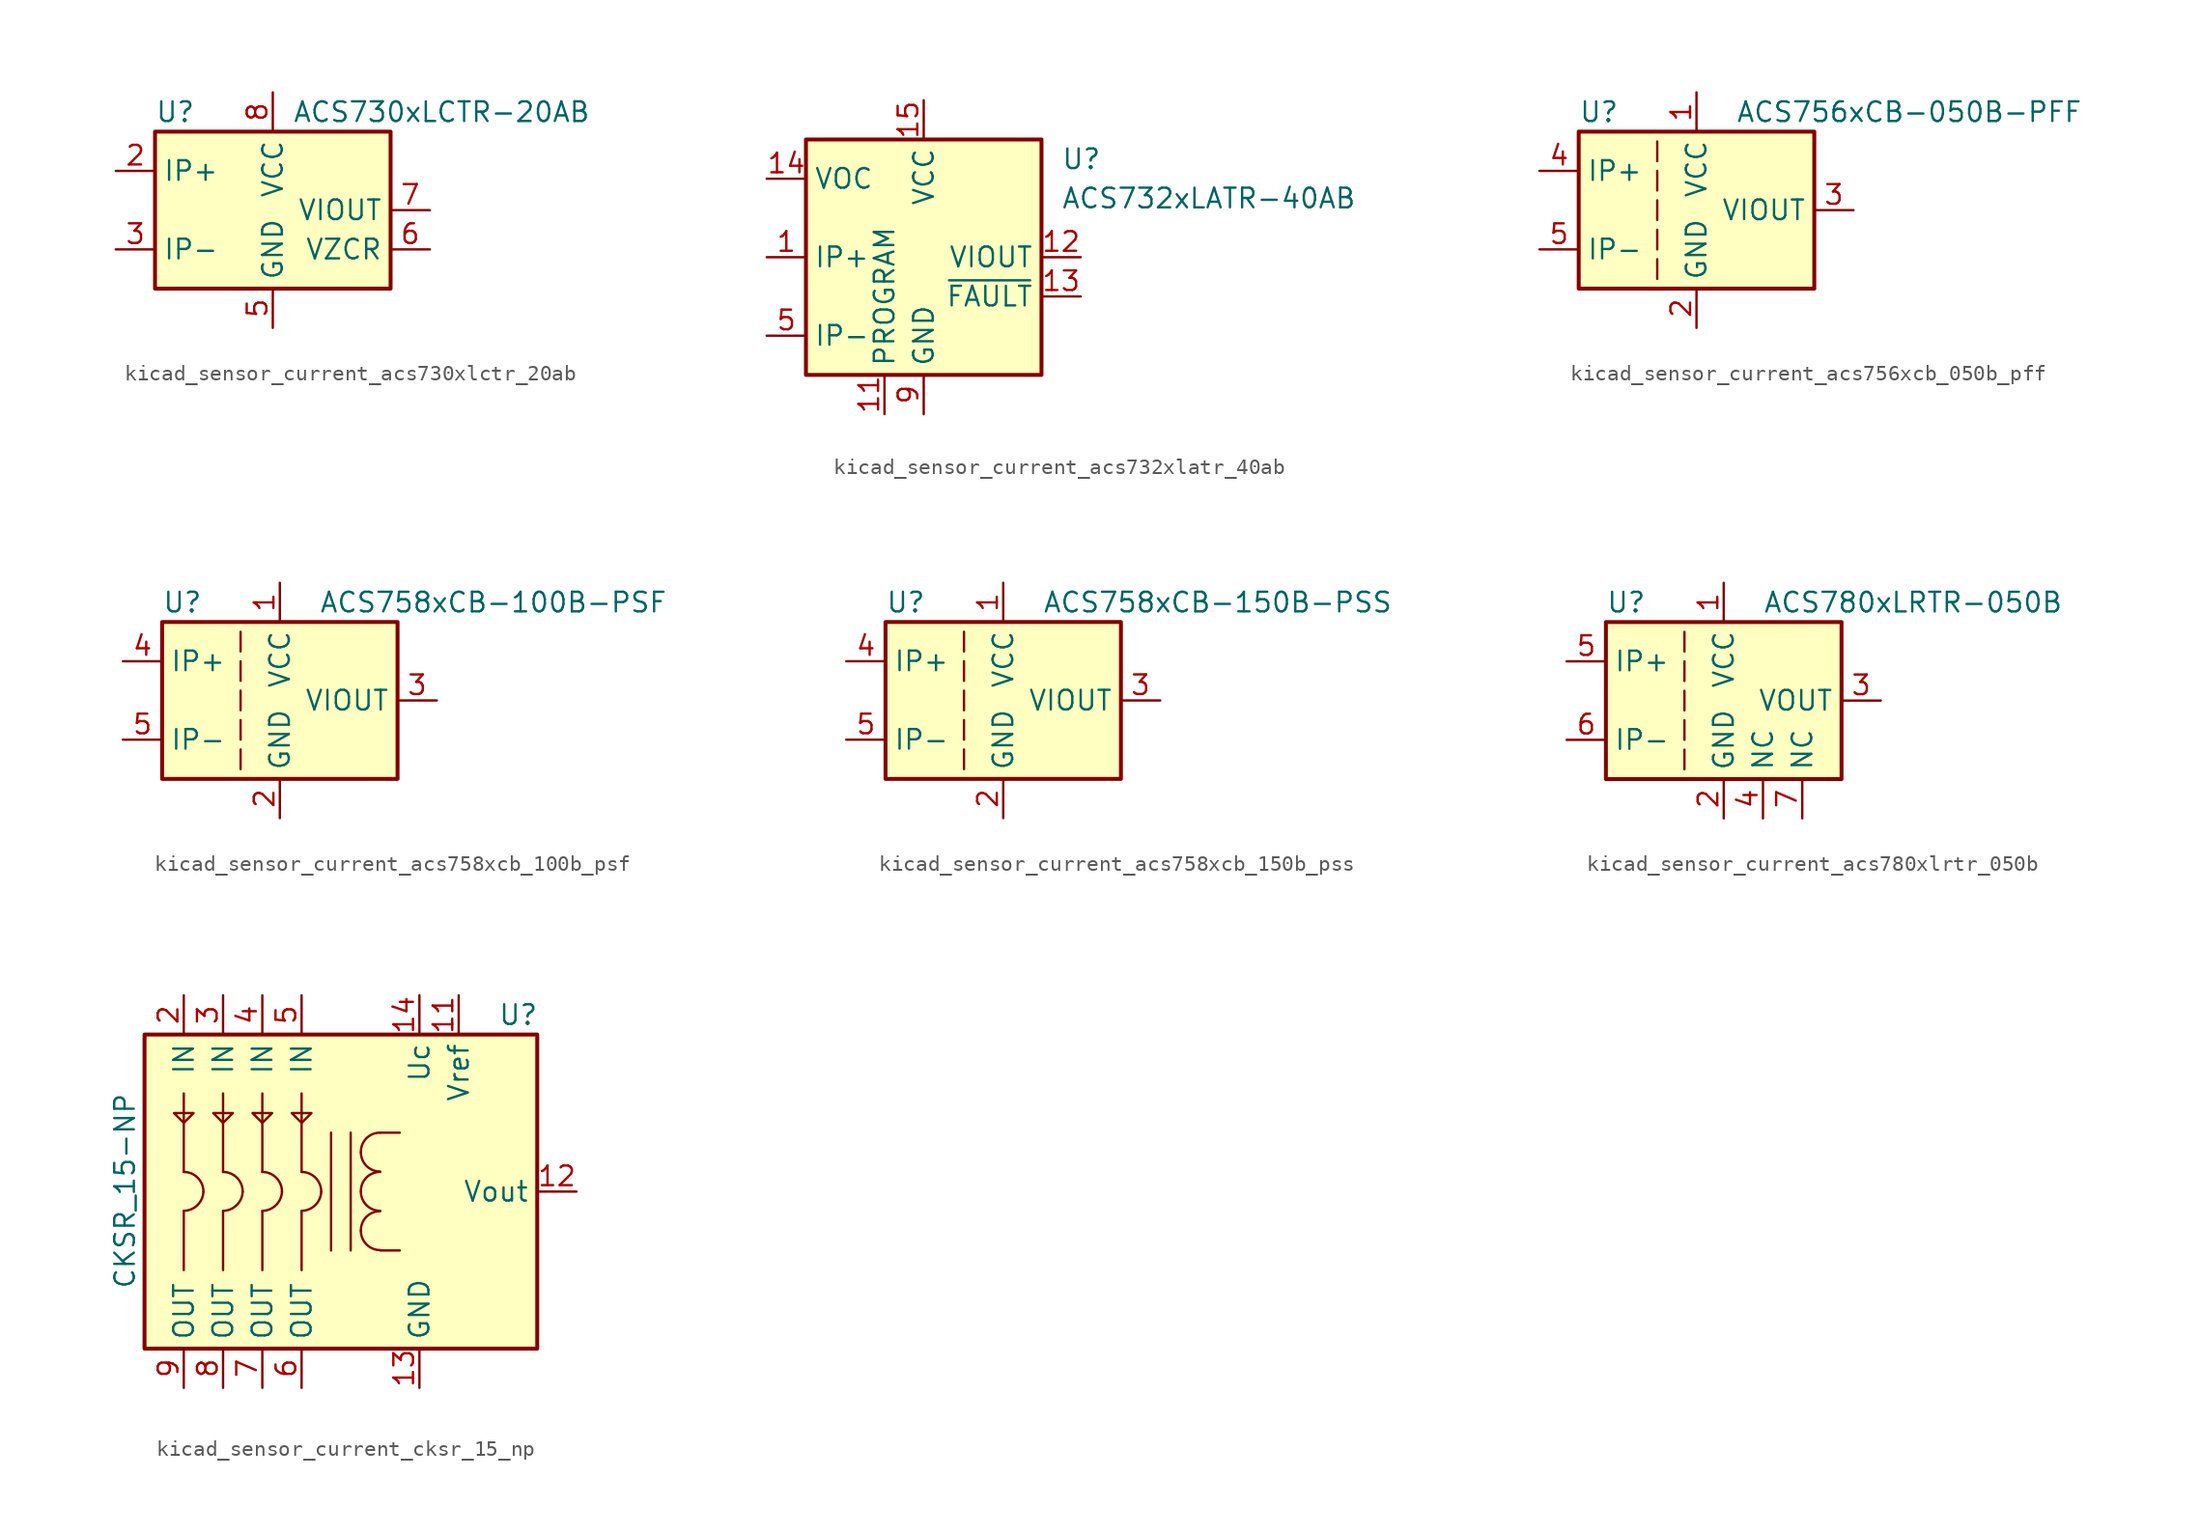
<source format=kicad_sym>
(kicad_symbol_lib
  (version 20220914)
  (generator kicad_symbol_editor)
  (symbol "kicad_sensor_current_acs730xlctr_20ab"
    (property "Reference" "U"
      (at -7.62 6.35 0)
      (effects (font (size 1.27 1.27)) (justify left)))
    (property "Value" "ACS730xLCTR-20AB"
      (at 1.27 6.35 0)
      (effects (font (size 1.27 1.27)) (justify left)))
    (symbol "kicad_sensor_current_acs730xlctr_20ab_0_1"
      (rectangle (start -7.62 5.08) (end 7.62 -5.08) (stroke (width 0.254) (type default)) (fill (type background))))
    (symbol "kicad_sensor_current_acs730xlctr_20ab_1_1"
      (pin passive line (at -10.16 2.54 0) (length 2.54) hide (name "IP+" (effects (font (size 1.27 1.27)))) (number "1" (effects (font (size 1.27 1.27)))))
      (pin passive line (at -10.16 2.54 0) (length 2.54) (name "IP+" (effects (font (size 1.27 1.27)))) (number "2" (effects (font (size 1.27 1.27)))))
      (pin passive line (at -10.16 -2.54 0) (length 2.54) (name "IP-" (effects (font (size 1.27 1.27)))) (number "3" (effects (font (size 1.27 1.27)))))
      (pin passive line (at -10.16 -2.54 0) (length 2.54) hide (name "IP-" (effects (font (size 1.27 1.27)))) (number "4" (effects (font (size 1.27 1.27)))))
      (pin power_in line (at 0 -7.62 90) (length 2.54) (name "GND" (effects (font (size 1.27 1.27)))) (number "5" (effects (font (size 1.27 1.27)))))
      (pin passive line (at 10.16 -2.54 180) (length 2.54) (name "VZCR" (effects (font (size 1.27 1.27)))) (number "6" (effects (font (size 1.27 1.27)))))
      (pin output line (at 10.16 0 180) (length 2.54) (name "VIOUT" (effects (font (size 1.27 1.27)))) (number "7" (effects (font (size 1.27 1.27)))))
      (pin power_in line (at 0 7.62 270) (length 2.54) (name "VCC" (effects (font (size 1.27 1.27)))) (number "8" (effects (font (size 1.27 1.27)))))))
  (symbol "kicad_sensor_current_acs732xlatr_40ab"
    (property "Reference" "U"
      (at 8.89 6.35 0)
      (effects (font (size 1.27 1.27)) (justify left)))
    (property "Value" "ACS732xLATR-40AB"
      (at 8.89 3.81 0)
      (effects (font (size 1.27 1.27)) (justify left)))
    (symbol "kicad_sensor_current_acs732xlatr_40ab_0_1"
      (rectangle (start -7.62 7.62) (end 7.62 -7.62) (stroke (width 0.254) (type default)) (fill (type background))))
    (symbol "kicad_sensor_current_acs732xlatr_40ab_1_1"
      (pin passive line (at -10.16 0 0) (length 2.54) (name "IP+" (effects (font (size 1.27 1.27)))) (number "1" (effects (font (size 1.27 1.27)))))
      (pin passive line (at 0 -10.16 90) (length 2.54) hide (name "GND" (effects (font (size 1.27 1.27)))) (number "10" (effects (font (size 1.27 1.27)))))
      (pin passive line (at -2.54 -10.16 90) (length 2.54) (name "PROGRAM" (effects (font (size 1.27 1.27)))) (number "11" (effects (font (size 1.27 1.27)))))
      (pin output line (at 10.16 0 180) (length 2.54) (name "VIOUT" (effects (font (size 1.27 1.27)))) (number "12" (effects (font (size 1.27 1.27)))))
      (pin output line (at 10.16 -2.54 180) (length 2.54) (name "~{FAULT}" (effects (font (size 1.27 1.27)))) (number "13" (effects (font (size 1.27 1.27)))))
      (pin input line (at -10.16 5.08 0) (length 2.54) (name "VOC" (effects (font (size 1.27 1.27)))) (number "14" (effects (font (size 1.27 1.27)))))
      (pin power_in line (at 0 10.16 270) (length 2.54) (name "VCC" (effects (font (size 1.27 1.27)))) (number "15" (effects (font (size 1.27 1.27)))))
      (pin passive line (at 0 10.16 270) (length 2.54) hide (name "VCC" (effects (font (size 1.27 1.27)))) (number "16" (effects (font (size 1.27 1.27)))))
      (pin passive line (at -10.16 0 0) (length 2.54) hide (name "IP+" (effects (font (size 1.27 1.27)))) (number "2" (effects (font (size 1.27 1.27)))))
      (pin passive line (at -10.16 0 0) (length 2.54) hide (name "IP+" (effects (font (size 1.27 1.27)))) (number "3" (effects (font (size 1.27 1.27)))))
      (pin passive line (at -10.16 0 0) (length 2.54) hide (name "IP+" (effects (font (size 1.27 1.27)))) (number "4" (effects (font (size 1.27 1.27)))))
      (pin passive line (at -10.16 -5.08 0) (length 2.54) (name "IP-" (effects (font (size 1.27 1.27)))) (number "5" (effects (font (size 1.27 1.27)))))
      (pin passive line (at -10.16 -5.08 0) (length 2.54) hide (name "IP-" (effects (font (size 1.27 1.27)))) (number "6" (effects (font (size 1.27 1.27)))))
      (pin passive line (at -10.16 -5.08 0) (length 2.54) hide (name "IP-" (effects (font (size 1.27 1.27)))) (number "7" (effects (font (size 1.27 1.27)))))
      (pin passive line (at -10.16 -5.08 0) (length 2.54) hide (name "IP-" (effects (font (size 1.27 1.27)))) (number "8" (effects (font (size 1.27 1.27)))))
      (pin power_in line (at 0 -10.16 90) (length 2.54) (name "GND" (effects (font (size 1.27 1.27)))) (number "9" (effects (font (size 1.27 1.27)))))))
  (symbol "kicad_sensor_current_acs756xcb_050b_pff"
    (property "Reference" "U"
      (at -7.62 6.35 0)
      (effects (font (size 1.27 1.27)) (justify left)))
    (property "Value" "ACS756xCB-050B-PFF"
      (at 2.54 6.35 0)
      (effects (font (size 1.27 1.27)) (justify left)))
    (symbol "kicad_sensor_current_acs756xcb_050b_pff_0_1"
      (rectangle (start -7.62 5.08) (end 7.62 -5.08) (stroke (width 0.254) (type default)) (fill (type background)))
      (polyline (pts (xy -2.54 -3.175) (xy -2.54 -4.445)) (stroke (width 0) (type default)) (fill (type none)))
      (polyline (pts (xy -2.54 -1.27) (xy -2.54 -2.54)) (stroke (width 0) (type default)) (fill (type none)))
      (polyline (pts (xy -2.54 0.635) (xy -2.54 -0.635)) (stroke (width 0) (type default)) (fill (type none)))
      (polyline (pts (xy -2.54 1.27) (xy -2.54 2.54)) (stroke (width 0) (type default)) (fill (type none)))
      (polyline (pts (xy -2.54 3.175) (xy -2.54 4.445)) (stroke (width 0) (type default)) (fill (type none))))
    (symbol "kicad_sensor_current_acs756xcb_050b_pff_1_1"
      (pin power_in line (at 0 7.62 270) (length 2.54) (name "VCC" (effects (font (size 1.27 1.27)))) (number "1" (effects (font (size 1.27 1.27)))))
      (pin power_in line (at 0 -7.62 90) (length 2.54) (name "GND" (effects (font (size 1.27 1.27)))) (number "2" (effects (font (size 1.27 1.27)))))
      (pin output line (at 10.16 0 180) (length 2.54) (name "VIOUT" (effects (font (size 1.27 1.27)))) (number "3" (effects (font (size 1.27 1.27)))))
      (pin passive line (at -10.16 2.54 0) (length 2.54) (name "IP+" (effects (font (size 1.27 1.27)))) (number "4" (effects (font (size 1.27 1.27)))))
      (pin passive line (at -10.16 -2.54 0) (length 2.54) (name "IP-" (effects (font (size 1.27 1.27)))) (number "5" (effects (font (size 1.27 1.27)))))))
  (symbol "kicad_sensor_current_acs758xcb_100b_psf"
    (property "Reference" "U"
      (at -7.62 6.35 0)
      (effects (font (size 1.27 1.27)) (justify left)))
    (property "Value" "ACS758xCB-100B-PSF"
      (at 2.54 6.35 0)
      (effects (font (size 1.27 1.27)) (justify left)))
    (symbol "kicad_sensor_current_acs758xcb_100b_psf_0_1"
      (rectangle (start -7.62 5.08) (end 7.62 -5.08) (stroke (width 0.254) (type default)) (fill (type background)))
      (polyline (pts (xy -2.54 -3.175) (xy -2.54 -4.445)) (stroke (width 0) (type default)) (fill (type none)))
      (polyline (pts (xy -2.54 -1.27) (xy -2.54 -2.54)) (stroke (width 0) (type default)) (fill (type none)))
      (polyline (pts (xy -2.54 0.635) (xy -2.54 -0.635)) (stroke (width 0) (type default)) (fill (type none)))
      (polyline (pts (xy -2.54 1.27) (xy -2.54 2.54)) (stroke (width 0) (type default)) (fill (type none)))
      (polyline (pts (xy -2.54 3.175) (xy -2.54 4.445)) (stroke (width 0) (type default)) (fill (type none))))
    (symbol "kicad_sensor_current_acs758xcb_100b_psf_1_1"
      (pin power_in line (at 0 7.62 270) (length 2.54) (name "VCC" (effects (font (size 1.27 1.27)))) (number "1" (effects (font (size 1.27 1.27)))))
      (pin power_in line (at 0 -7.62 90) (length 2.54) (name "GND" (effects (font (size 1.27 1.27)))) (number "2" (effects (font (size 1.27 1.27)))))
      (pin output line (at 10.16 0 180) (length 2.54) (name "VIOUT" (effects (font (size 1.27 1.27)))) (number "3" (effects (font (size 1.27 1.27)))))
      (pin passive line (at -10.16 2.54 0) (length 2.54) (name "IP+" (effects (font (size 1.27 1.27)))) (number "4" (effects (font (size 1.27 1.27)))))
      (pin passive line (at -10.16 -2.54 0) (length 2.54) (name "IP-" (effects (font (size 1.27 1.27)))) (number "5" (effects (font (size 1.27 1.27)))))))
  (symbol "kicad_sensor_current_acs758xcb_150b_pss"
    (property "Reference" "U"
      (at -7.62 6.35 0)
      (effects (font (size 1.27 1.27)) (justify left)))
    (property "Value" "ACS758xCB-150B-PSS"
      (at 2.54 6.35 0)
      (effects (font (size 1.27 1.27)) (justify left)))
    (symbol "kicad_sensor_current_acs758xcb_150b_pss_0_1"
      (rectangle (start -7.62 5.08) (end 7.62 -5.08) (stroke (width 0.254) (type default)) (fill (type background)))
      (polyline (pts (xy -2.54 -3.175) (xy -2.54 -4.445)) (stroke (width 0) (type default)) (fill (type none)))
      (polyline (pts (xy -2.54 -1.27) (xy -2.54 -2.54)) (stroke (width 0) (type default)) (fill (type none)))
      (polyline (pts (xy -2.54 0.635) (xy -2.54 -0.635)) (stroke (width 0) (type default)) (fill (type none)))
      (polyline (pts (xy -2.54 1.27) (xy -2.54 2.54)) (stroke (width 0) (type default)) (fill (type none)))
      (polyline (pts (xy -2.54 3.175) (xy -2.54 4.445)) (stroke (width 0) (type default)) (fill (type none))))
    (symbol "kicad_sensor_current_acs758xcb_150b_pss_1_1"
      (pin power_in line (at 0 7.62 270) (length 2.54) (name "VCC" (effects (font (size 1.27 1.27)))) (number "1" (effects (font (size 1.27 1.27)))))
      (pin power_in line (at 0 -7.62 90) (length 2.54) (name "GND" (effects (font (size 1.27 1.27)))) (number "2" (effects (font (size 1.27 1.27)))))
      (pin output line (at 10.16 0 180) (length 2.54) (name "VIOUT" (effects (font (size 1.27 1.27)))) (number "3" (effects (font (size 1.27 1.27)))))
      (pin passive line (at -10.16 2.54 0) (length 2.54) (name "IP+" (effects (font (size 1.27 1.27)))) (number "4" (effects (font (size 1.27 1.27)))))
      (pin passive line (at -10.16 -2.54 0) (length 2.54) (name "IP-" (effects (font (size 1.27 1.27)))) (number "5" (effects (font (size 1.27 1.27)))))))
  (symbol "kicad_sensor_current_acs780xlrtr_050b"
    (property "Reference" "U"
      (at -7.62 6.35 0)
      (effects (font (size 1.27 1.27)) (justify left)))
    (property "Value" "ACS780xLRTR-050B"
      (at 2.54 6.35 0)
      (effects (font (size 1.27 1.27)) (justify left)))
    (symbol "kicad_sensor_current_acs780xlrtr_050b_0_1"
      (rectangle (start -7.62 5.08) (end 7.62 -5.08) (stroke (width 0.254) (type default)) (fill (type background)))
      (polyline (pts (xy -2.54 -3.175) (xy -2.54 -4.445)) (stroke (width 0) (type default)) (fill (type none)))
      (polyline (pts (xy -2.54 -1.27) (xy -2.54 -2.54)) (stroke (width 0) (type default)) (fill (type none)))
      (polyline (pts (xy -2.54 0.635) (xy -2.54 -0.635)) (stroke (width 0) (type default)) (fill (type none)))
      (polyline (pts (xy -2.54 1.27) (xy -2.54 2.54)) (stroke (width 0) (type default)) (fill (type none)))
      (polyline (pts (xy -2.54 3.175) (xy -2.54 4.445)) (stroke (width 0) (type default)) (fill (type none))))
    (symbol "kicad_sensor_current_acs780xlrtr_050b_1_1"
      (pin power_in line (at 0 7.62 270) (length 2.54) (name "VCC" (effects (font (size 1.27 1.27)))) (number "1" (effects (font (size 1.27 1.27)))))
      (pin power_in line (at 0 -7.62 90) (length 2.54) (name "GND" (effects (font (size 1.27 1.27)))) (number "2" (effects (font (size 1.27 1.27)))))
      (pin output line (at 10.16 0 180) (length 2.54) (name "VOUT" (effects (font (size 1.27 1.27)))) (number "3" (effects (font (size 1.27 1.27)))))
      (pin passive line (at 2.54 -7.62 90) (length 2.54) (name "NC" (effects (font (size 1.27 1.27)))) (number "4" (effects (font (size 1.27 1.27)))))
      (pin passive line (at -10.16 2.54 0) (length 2.54) (name "IP+" (effects (font (size 1.27 1.27)))) (number "5" (effects (font (size 1.27 1.27)))))
      (pin passive line (at -10.16 -2.54 0) (length 2.54) (name "IP-" (effects (font (size 1.27 1.27)))) (number "6" (effects (font (size 1.27 1.27)))))
      (pin passive line (at 5.08 -7.62 90) (length 2.54) (name "NC" (effects (font (size 1.27 1.27)))) (number "7" (effects (font (size 1.27 1.27)))))))
  (symbol "kicad_sensor_current_cksr_15_np"
    (property "Reference" "U"
      (at 10.16 11.43 0)
      (effects (font (size 1.27 1.27)) (justify left)))
    (property "Value" "CKSR_15-NP"
      (at -13.97 -6.35 90)
      (effects (font (size 1.27 1.27)) (justify left)))
    (symbol "kicad_sensor_current_cksr_15_np_0_1"
      (rectangle (start -12.7 10.16) (end 12.7 -10.16) (stroke (width 0.254) (type default)) (fill (type background)))
      (polyline (pts (xy -10.16 -1.27) (xy -10.16 -5.08)) (stroke (width 0) (type default)) (fill (type none)))
      (polyline (pts (xy -10.16 1.27) (xy -10.16 6.35)) (stroke (width 0) (type default)) (fill (type none)))
      (polyline (pts (xy -7.62 -1.27) (xy -7.62 -5.08)) (stroke (width 0) (type default)) (fill (type none)))
      (polyline (pts (xy -7.62 1.27) (xy -7.62 6.35)) (stroke (width 0) (type default)) (fill (type none)))
      (polyline (pts (xy -5.08 -1.27) (xy -5.08 -5.08)) (stroke (width 0) (type default)) (fill (type none)))
      (polyline (pts (xy -5.08 1.27) (xy -5.08 6.35)) (stroke (width 0) (type default)) (fill (type none)))
      (polyline (pts (xy -2.54 -1.27) (xy -2.54 -5.08)) (stroke (width 0) (type default)) (fill (type none)))
      (polyline (pts (xy -2.54 1.27) (xy -2.54 6.35)) (stroke (width 0) (type default)) (fill (type none)))
      (polyline (pts (xy 2.54 -3.81) (xy 3.81 -3.81)) (stroke (width 0) (type default)) (fill (type none)))
      (polyline (pts (xy 2.54 3.81) (xy 3.81 3.81)) (stroke (width 0) (type default)) (fill (type none)))
      (polyline (pts (xy -9.525 5.08) (xy -10.795 5.08) (xy -10.16 4.445) (xy -9.525 5.08)) (stroke (width 0) (type default)) (fill (type none)))
      (polyline (pts (xy -6.985 5.08) (xy -8.255 5.08) (xy -7.62 4.445) (xy -6.985 5.08)) (stroke (width 0) (type default)) (fill (type none)))
      (polyline (pts (xy -4.445 5.08) (xy -5.715 5.08) (xy -5.08 4.445) (xy -4.445 5.08)) (stroke (width 0) (type default)) (fill (type none)))
      (polyline (pts (xy -1.905 5.08) (xy -2.54 4.445) (xy -3.175 5.08) (xy -1.905 5.08)) (stroke (width 0) (type default)) (fill (type none))))
    (symbol "kicad_sensor_current_cksr_15_np_1_1"
      (arc (start -10.16 -1.2446) (mid -9.2799 -0.8801) (end -8.89 0) (stroke (width 0) (type default)) (fill (type none)))
      (arc (start -8.89 0) (mid -9.262 0.898) (end -10.16 1.27) (stroke (width 0) (type default)) (fill (type none)))
      (arc (start -7.62 -1.2446) (mid -6.7399 -0.8801) (end -6.35 0) (stroke (width 0) (type default)) (fill (type none)))
      (arc (start -6.35 0) (mid -6.722 0.898) (end -7.62 1.27) (stroke (width 0) (type default)) (fill (type none)))
      (arc (start -5.08 -1.2446) (mid -4.1999 -0.8801) (end -3.81 0) (stroke (width 0) (type default)) (fill (type none)))
      (arc (start -3.81 0) (mid -4.182 0.898) (end -5.08 1.27) (stroke (width 0) (type default)) (fill (type none)))
      (arc (start -2.54 -1.2446) (mid -1.6599 -0.8801) (end -1.27 0) (stroke (width 0) (type default)) (fill (type none)))
      (arc (start -1.27 0) (mid -1.642 0.898) (end -2.54 1.27) (stroke (width 0) (type default)) (fill (type none)))
      (polyline (pts (xy -0.635 3.81) (xy -0.635 -3.81)) (stroke (width 0) (type default)) (fill (type none)))
      (polyline (pts (xy 0.635 -3.81) (xy 0.635 3.81)) (stroke (width 0) (type default)) (fill (type none)))
      (arc (start 1.2954 -2.54) (mid 1.6599 -3.4201) (end 2.54 -3.7846) (stroke (width 0) (type default)) (fill (type none)))
      (arc (start 1.2954 0) (mid 1.6599 -0.8801) (end 2.54 -1.2446) (stroke (width 0) (type default)) (fill (type none)))
      (arc (start 1.2954 2.54) (mid 1.6599 1.6599) (end 2.54 1.2954) (stroke (width 0) (type default)) (fill (type none)))
      (arc (start 2.54 -1.27) (mid 1.642 -1.642) (end 1.2954 -2.54) (stroke (width 0) (type default)) (fill (type none)))
      (arc (start 2.54 1.27) (mid 1.642 0.898) (end 1.2954 0) (stroke (width 0) (type default)) (fill (type none)))
      (arc (start 2.54 3.81) (mid 1.642 3.438) (end 1.2954 2.54) (stroke (width 0) (type default)) (fill (type none)))
      (pin bidirectional line (at 7.62 12.7 270) (length 2.54) (name "Vref" (effects (font (size 1.27 1.27)))) (number "11" (effects (font (size 1.27 1.27)))))
      (pin output line (at 15.24 0 180) (length 2.54) (name "Vout" (effects (font (size 1.27 1.27)))) (number "12" (effects (font (size 1.27 1.27)))))
      (pin power_in line (at 5.08 -12.7 90) (length 2.54) (name "GND" (effects (font (size 1.27 1.27)))) (number "13" (effects (font (size 1.27 1.27)))))
      (pin power_in line (at 5.08 12.7 270) (length 2.54) (name "Uc" (effects (font (size 1.27 1.27)))) (number "14" (effects (font (size 1.27 1.27)))))
      (pin passive line (at -10.16 12.7 270) (length 2.54) (name "IN" (effects (font (size 1.27 1.27)))) (number "2" (effects (font (size 1.27 1.27)))))
      (pin passive line (at -7.62 12.7 270) (length 2.54) (name "IN" (effects (font (size 1.27 1.27)))) (number "3" (effects (font (size 1.27 1.27)))))
      (pin passive line (at -5.08 12.7 270) (length 2.54) (name "IN" (effects (font (size 1.27 1.27)))) (number "4" (effects (font (size 1.27 1.27)))))
      (pin passive line (at -2.54 12.7 270) (length 2.54) (name "IN" (effects (font (size 1.27 1.27)))) (number "5" (effects (font (size 1.27 1.27)))))
      (pin passive line (at -2.54 -12.7 90) (length 2.54) (name "OUT" (effects (font (size 1.27 1.27)))) (number "6" (effects (font (size 1.27 1.27)))))
      (pin passive line (at -5.08 -12.7 90) (length 2.54) (name "OUT" (effects (font (size 1.27 1.27)))) (number "7" (effects (font (size 1.27 1.27)))))
      (pin passive line (at -7.62 -12.7 90) (length 2.54) (name "OUT" (effects (font (size 1.27 1.27)))) (number "8" (effects (font (size 1.27 1.27)))))
      (pin passive line (at -10.16 -12.7 90) (length 2.54) (name "OUT" (effects (font (size 1.27 1.27)))) (number "9" (effects (font (size 1.27 1.27))))))))
</source>
